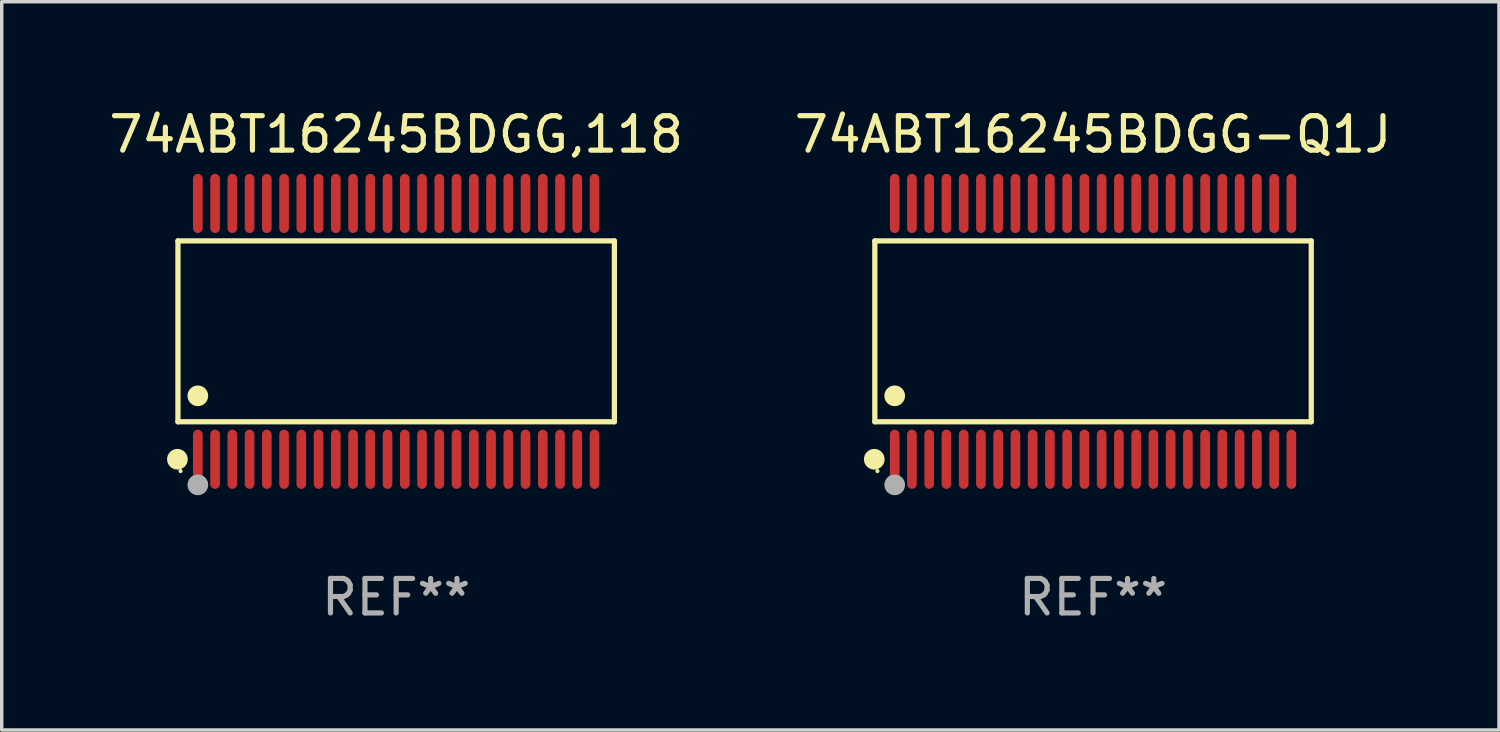
<source format=kicad_pcb>
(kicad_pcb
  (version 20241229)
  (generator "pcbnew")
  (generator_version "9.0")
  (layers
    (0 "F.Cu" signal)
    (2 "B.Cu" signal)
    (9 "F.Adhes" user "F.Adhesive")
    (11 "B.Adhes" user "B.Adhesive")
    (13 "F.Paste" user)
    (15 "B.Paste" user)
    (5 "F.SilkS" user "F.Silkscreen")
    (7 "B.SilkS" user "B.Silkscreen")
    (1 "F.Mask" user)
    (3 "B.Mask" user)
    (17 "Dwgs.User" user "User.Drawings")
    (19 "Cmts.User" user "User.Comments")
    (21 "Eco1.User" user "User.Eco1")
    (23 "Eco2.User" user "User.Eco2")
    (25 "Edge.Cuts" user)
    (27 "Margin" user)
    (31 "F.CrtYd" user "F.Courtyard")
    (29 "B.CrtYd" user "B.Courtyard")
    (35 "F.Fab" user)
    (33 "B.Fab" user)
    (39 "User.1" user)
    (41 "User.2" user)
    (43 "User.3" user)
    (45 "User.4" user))
  (footprint "74ABT16245BDGG,118"
    (layer "F.Cu")
    (at 8.435 6.556)
    (property "Reference" "74ABT16245BDGG,118" (at 0 -5.708 0) (layer "F.SilkS") (effects (font (size 1 1) (thickness 0.15))))
    (attr through_hole)
    (fp_line (start -6.326 -2.622) (end 6.326 -2.622) (stroke (width 0.152) (type solid)) (layer "F.SilkS"))
    (fp_line (start -6.326 2.621) (end -6.326 -2.622) (stroke (width 0.152) (type solid)) (layer "F.SilkS"))
    (fp_line (start 6.326 -2.622) (end 6.326 2.621) (stroke (width 0.152) (type solid)) (layer "F.SilkS"))
    (fp_line (start 6.326 2.621) (end -6.326 2.621) (stroke (width 0.152) (type solid)) (layer "F.SilkS"))
    (fp_circle (center -6.342 3.708) (end -6.192 3.708) (stroke (width 0.3) (type solid)) (fill no) (layer "F.SilkS"))
    (fp_circle (center -6.25 4.05) (end -6.22 4.05) (stroke (width 0.06) (type solid)) (fill no) (layer "F.SilkS"))
    (fp_circle (center -5.75 1.869) (end -5.6 1.869) (stroke (width 0.3) (type solid)) (fill no) (layer "F.SilkS"))
    (fp_circle (center -5.75 4.45) (end -5.6 4.45) (stroke (width 0.3) (type solid)) (fill no) (layer "F.Fab"))
    (fp_text user "REF**" (at 0 7.708 0) (layer "F.Fab") (effects (font (size 1 1) (thickness 0.15))))
    (pad "1" smd oval (at -5.75 3.708) (size 0.28 1.715) (layers "F.Cu" "F.Mask" "F.Paste"))
    (pad "2" smd oval (at -5.25 3.708) (size 0.28 1.715) (layers "F.Cu" "F.Mask" "F.Paste"))
    (pad "3" smd oval (at -4.75 3.708) (size 0.28 1.715) (layers "F.Cu" "F.Mask" "F.Paste"))
    (pad "4" smd oval (at -4.25 3.708) (size 0.28 1.715) (layers "F.Cu" "F.Mask" "F.Paste"))
    (pad "5" smd oval (at -3.75 3.708) (size 0.28 1.715) (layers "F.Cu" "F.Mask" "F.Paste"))
    (pad "6" smd oval (at -3.25 3.708) (size 0.28 1.715) (layers "F.Cu" "F.Mask" "F.Paste"))
    (pad "7" smd oval (at -2.75 3.708) (size 0.28 1.715) (layers "F.Cu" "F.Mask" "F.Paste"))
    (pad "8" smd oval (at -2.25 3.708) (size 0.28 1.715) (layers "F.Cu" "F.Mask" "F.Paste"))
    (pad "9" smd oval (at -1.75 3.708) (size 0.28 1.715) (layers "F.Cu" "F.Mask" "F.Paste"))
    (pad "10" smd oval (at -1.25 3.708) (size 0.28 1.715) (layers "F.Cu" "F.Mask" "F.Paste"))
    (pad "11" smd oval (at -0.75 3.708) (size 0.28 1.715) (layers "F.Cu" "F.Mask" "F.Paste"))
    (pad "12" smd oval (at -0.25 3.708) (size 0.28 1.715) (layers "F.Cu" "F.Mask" "F.Paste"))
    (pad "13" smd oval (at 0.25 3.708) (size 0.28 1.715) (layers "F.Cu" "F.Mask" "F.Paste"))
    (pad "14" smd oval (at 0.75 3.708) (size 0.28 1.715) (layers "F.Cu" "F.Mask" "F.Paste"))
    (pad "15" smd oval (at 1.25 3.708) (size 0.28 1.715) (layers "F.Cu" "F.Mask" "F.Paste"))
    (pad "16" smd oval (at 1.75 3.708) (size 0.28 1.715) (layers "F.Cu" "F.Mask" "F.Paste"))
    (pad "17" smd oval (at 2.25 3.708) (size 0.28 1.715) (layers "F.Cu" "F.Mask" "F.Paste"))
    (pad "18" smd oval (at 2.75 3.708) (size 0.28 1.715) (layers "F.Cu" "F.Mask" "F.Paste"))
    (pad "19" smd oval (at 3.25 3.708) (size 0.28 1.715) (layers "F.Cu" "F.Mask" "F.Paste"))
    (pad "20" smd oval (at 3.75 3.708) (size 0.28 1.715) (layers "F.Cu" "F.Mask" "F.Paste"))
    (pad "21" smd oval (at 4.25 3.708) (size 0.28 1.715) (layers "F.Cu" "F.Mask" "F.Paste"))
    (pad "22" smd oval (at 4.75 3.708) (size 0.28 1.715) (layers "F.Cu" "F.Mask" "F.Paste"))
    (pad "23" smd oval (at 5.25 3.708) (size 0.28 1.715) (layers "F.Cu" "F.Mask" "F.Paste"))
    (pad "24" smd oval (at 5.75 3.708) (size 0.28 1.715) (layers "F.Cu" "F.Mask" "F.Paste"))
    (pad "25" smd oval (at 5.75 -3.708) (size 0.28 1.715) (layers "F.Cu" "F.Mask" "F.Paste"))
    (pad "26" smd oval (at 5.25 -3.708) (size 0.28 1.715) (layers "F.Cu" "F.Mask" "F.Paste"))
    (pad "27" smd oval (at 4.75 -3.708) (size 0.28 1.715) (layers "F.Cu" "F.Mask" "F.Paste"))
    (pad "28" smd oval (at 4.25 -3.708) (size 0.28 1.715) (layers "F.Cu" "F.Mask" "F.Paste"))
    (pad "29" smd oval (at 3.75 -3.708) (size 0.28 1.715) (layers "F.Cu" "F.Mask" "F.Paste"))
    (pad "30" smd oval (at 3.25 -3.708) (size 0.28 1.715) (layers "F.Cu" "F.Mask" "F.Paste"))
    (pad "31" smd oval (at 2.75 -3.708) (size 0.28 1.715) (layers "F.Cu" "F.Mask" "F.Paste"))
    (pad "32" smd oval (at 2.25 -3.708) (size 0.28 1.715) (layers "F.Cu" "F.Mask" "F.Paste"))
    (pad "33" smd oval (at 1.75 -3.708) (size 0.28 1.715) (layers "F.Cu" "F.Mask" "F.Paste"))
    (pad "34" smd oval (at 1.25 -3.708) (size 0.28 1.715) (layers "F.Cu" "F.Mask" "F.Paste"))
    (pad "35" smd oval (at 0.75 -3.708) (size 0.28 1.715) (layers "F.Cu" "F.Mask" "F.Paste"))
    (pad "36" smd oval (at 0.25 -3.708) (size 0.28 1.715) (layers "F.Cu" "F.Mask" "F.Paste"))
    (pad "37" smd oval (at -0.25 -3.708) (size 0.28 1.715) (layers "F.Cu" "F.Mask" "F.Paste"))
    (pad "38" smd oval (at -0.75 -3.708) (size 0.28 1.715) (layers "F.Cu" "F.Mask" "F.Paste"))
    (pad "39" smd oval (at -1.25 -3.708) (size 0.28 1.715) (layers "F.Cu" "F.Mask" "F.Paste"))
    (pad "40" smd oval (at -1.75 -3.708) (size 0.28 1.715) (layers "F.Cu" "F.Mask" "F.Paste"))
    (pad "41" smd oval (at -2.25 -3.708) (size 0.28 1.715) (layers "F.Cu" "F.Mask" "F.Paste"))
    (pad "42" smd oval (at -2.75 -3.708) (size 0.28 1.715) (layers "F.Cu" "F.Mask" "F.Paste"))
    (pad "43" smd oval (at -3.25 -3.708) (size 0.28 1.715) (layers "F.Cu" "F.Mask" "F.Paste"))
    (pad "44" smd oval (at -3.75 -3.708) (size 0.28 1.715) (layers "F.Cu" "F.Mask" "F.Paste"))
    (pad "45" smd oval (at -4.25 -3.708) (size 0.28 1.715) (layers "F.Cu" "F.Mask" "F.Paste"))
    (pad "46" smd oval (at -4.75 -3.708) (size 0.28 1.715) (layers "F.Cu" "F.Mask" "F.Paste"))
    (pad "47" smd oval (at -5.25 -3.708) (size 0.28 1.715) (layers "F.Cu" "F.Mask" "F.Paste"))
    (pad "48" smd oval (at -5.75 -3.708) (size 0.28 1.715) (layers "F.Cu" "F.Mask" "F.Paste")))
  (footprint "74ABT16245BDGG-Q1J"
    (layer "F.Cu")
    (at 28.637 6.556)
    (property "Reference" "74ABT16245BDGG-Q1J" (at 0 -5.708 0) (layer "F.SilkS") (effects (font (size 1 1) (thickness 0.15))))
    (attr through_hole)
    (fp_line (start -6.326 -2.622) (end 6.326 -2.622) (stroke (width 0.152) (type solid)) (layer "F.SilkS"))
    (fp_line (start -6.326 2.621) (end -6.326 -2.622) (stroke (width 0.152) (type solid)) (layer "F.SilkS"))
    (fp_line (start 6.326 -2.622) (end 6.326 2.621) (stroke (width 0.152) (type solid)) (layer "F.SilkS"))
    (fp_line (start 6.326 2.621) (end -6.326 2.621) (stroke (width 0.152) (type solid)) (layer "F.SilkS"))
    (fp_circle (center -6.342 3.708) (end -6.192 3.708) (stroke (width 0.3) (type solid)) (fill no) (layer "F.SilkS"))
    (fp_circle (center -6.25 4.05) (end -6.22 4.05) (stroke (width 0.06) (type solid)) (fill no) (layer "F.SilkS"))
    (fp_circle (center -5.75 1.869) (end -5.6 1.869) (stroke (width 0.3) (type solid)) (fill no) (layer "F.SilkS"))
    (fp_circle (center -5.75 4.45) (end -5.6 4.45) (stroke (width 0.3) (type solid)) (fill no) (layer "F.Fab"))
    (fp_text user "REF**" (at 0 7.708 0) (layer "F.Fab") (effects (font (size 1 1) (thickness 0.15))))
    (pad "1" smd oval (at -5.75 3.708) (size 0.28 1.715) (layers "F.Cu" "F.Mask" "F.Paste"))
    (pad "2" smd oval (at -5.25 3.708) (size 0.28 1.715) (layers "F.Cu" "F.Mask" "F.Paste"))
    (pad "3" smd oval (at -4.75 3.708) (size 0.28 1.715) (layers "F.Cu" "F.Mask" "F.Paste"))
    (pad "4" smd oval (at -4.25 3.708) (size 0.28 1.715) (layers "F.Cu" "F.Mask" "F.Paste"))
    (pad "5" smd oval (at -3.75 3.708) (size 0.28 1.715) (layers "F.Cu" "F.Mask" "F.Paste"))
    (pad "6" smd oval (at -3.25 3.708) (size 0.28 1.715) (layers "F.Cu" "F.Mask" "F.Paste"))
    (pad "7" smd oval (at -2.75 3.708) (size 0.28 1.715) (layers "F.Cu" "F.Mask" "F.Paste"))
    (pad "8" smd oval (at -2.25 3.708) (size 0.28 1.715) (layers "F.Cu" "F.Mask" "F.Paste"))
    (pad "9" smd oval (at -1.75 3.708) (size 0.28 1.715) (layers "F.Cu" "F.Mask" "F.Paste"))
    (pad "10" smd oval (at -1.25 3.708) (size 0.28 1.715) (layers "F.Cu" "F.Mask" "F.Paste"))
    (pad "11" smd oval (at -0.75 3.708) (size 0.28 1.715) (layers "F.Cu" "F.Mask" "F.Paste"))
    (pad "12" smd oval (at -0.25 3.708) (size 0.28 1.715) (layers "F.Cu" "F.Mask" "F.Paste"))
    (pad "13" smd oval (at 0.25 3.708) (size 0.28 1.715) (layers "F.Cu" "F.Mask" "F.Paste"))
    (pad "14" smd oval (at 0.75 3.708) (size 0.28 1.715) (layers "F.Cu" "F.Mask" "F.Paste"))
    (pad "15" smd oval (at 1.25 3.708) (size 0.28 1.715) (layers "F.Cu" "F.Mask" "F.Paste"))
    (pad "16" smd oval (at 1.75 3.708) (size 0.28 1.715) (layers "F.Cu" "F.Mask" "F.Paste"))
    (pad "17" smd oval (at 2.25 3.708) (size 0.28 1.715) (layers "F.Cu" "F.Mask" "F.Paste"))
    (pad "18" smd oval (at 2.75 3.708) (size 0.28 1.715) (layers "F.Cu" "F.Mask" "F.Paste"))
    (pad "19" smd oval (at 3.25 3.708) (size 0.28 1.715) (layers "F.Cu" "F.Mask" "F.Paste"))
    (pad "20" smd oval (at 3.75 3.708) (size 0.28 1.715) (layers "F.Cu" "F.Mask" "F.Paste"))
    (pad "21" smd oval (at 4.25 3.708) (size 0.28 1.715) (layers "F.Cu" "F.Mask" "F.Paste"))
    (pad "22" smd oval (at 4.75 3.708) (size 0.28 1.715) (layers "F.Cu" "F.Mask" "F.Paste"))
    (pad "23" smd oval (at 5.25 3.708) (size 0.28 1.715) (layers "F.Cu" "F.Mask" "F.Paste"))
    (pad "24" smd oval (at 5.75 3.708) (size 0.28 1.715) (layers "F.Cu" "F.Mask" "F.Paste"))
    (pad "25" smd oval (at 5.75 -3.708) (size 0.28 1.715) (layers "F.Cu" "F.Mask" "F.Paste"))
    (pad "26" smd oval (at 5.25 -3.708) (size 0.28 1.715) (layers "F.Cu" "F.Mask" "F.Paste"))
    (pad "27" smd oval (at 4.75 -3.708) (size 0.28 1.715) (layers "F.Cu" "F.Mask" "F.Paste"))
    (pad "28" smd oval (at 4.25 -3.708) (size 0.28 1.715) (layers "F.Cu" "F.Mask" "F.Paste"))
    (pad "29" smd oval (at 3.75 -3.708) (size 0.28 1.715) (layers "F.Cu" "F.Mask" "F.Paste"))
    (pad "30" smd oval (at 3.25 -3.708) (size 0.28 1.715) (layers "F.Cu" "F.Mask" "F.Paste"))
    (pad "31" smd oval (at 2.75 -3.708) (size 0.28 1.715) (layers "F.Cu" "F.Mask" "F.Paste"))
    (pad "32" smd oval (at 2.25 -3.708) (size 0.28 1.715) (layers "F.Cu" "F.Mask" "F.Paste"))
    (pad "33" smd oval (at 1.75 -3.708) (size 0.28 1.715) (layers "F.Cu" "F.Mask" "F.Paste"))
    (pad "34" smd oval (at 1.25 -3.708) (size 0.28 1.715) (layers "F.Cu" "F.Mask" "F.Paste"))
    (pad "35" smd oval (at 0.75 -3.708) (size 0.28 1.715) (layers "F.Cu" "F.Mask" "F.Paste"))
    (pad "36" smd oval (at 0.25 -3.708) (size 0.28 1.715) (layers "F.Cu" "F.Mask" "F.Paste"))
    (pad "37" smd oval (at -0.25 -3.708) (size 0.28 1.715) (layers "F.Cu" "F.Mask" "F.Paste"))
    (pad "38" smd oval (at -0.75 -3.708) (size 0.28 1.715) (layers "F.Cu" "F.Mask" "F.Paste"))
    (pad "39" smd oval (at -1.25 -3.708) (size 0.28 1.715) (layers "F.Cu" "F.Mask" "F.Paste"))
    (pad "40" smd oval (at -1.75 -3.708) (size 0.28 1.715) (layers "F.Cu" "F.Mask" "F.Paste"))
    (pad "41" smd oval (at -2.25 -3.708) (size 0.28 1.715) (layers "F.Cu" "F.Mask" "F.Paste"))
    (pad "42" smd oval (at -2.75 -3.708) (size 0.28 1.715) (layers "F.Cu" "F.Mask" "F.Paste"))
    (pad "43" smd oval (at -3.25 -3.708) (size 0.28 1.715) (layers "F.Cu" "F.Mask" "F.Paste"))
    (pad "44" smd oval (at -3.75 -3.708) (size 0.28 1.715) (layers "F.Cu" "F.Mask" "F.Paste"))
    (pad "45" smd oval (at -4.25 -3.708) (size 0.28 1.715) (layers "F.Cu" "F.Mask" "F.Paste"))
    (pad "46" smd oval (at -4.75 -3.708) (size 0.28 1.715) (layers "F.Cu" "F.Mask" "F.Paste"))
    (pad "47" smd oval (at -5.25 -3.708) (size 0.28 1.715) (layers "F.Cu" "F.Mask" "F.Paste"))
    (pad "48" smd oval (at -5.75 -3.708) (size 0.28 1.715) (layers "F.Cu" "F.Mask" "F.Paste")))
  (gr_rect
    (start -3 -3)
    (end 40.405 18.112)
    (stroke (width 0.1) (type default))
    (fill no)
    (layer "Edge.Cuts")))
</source>
